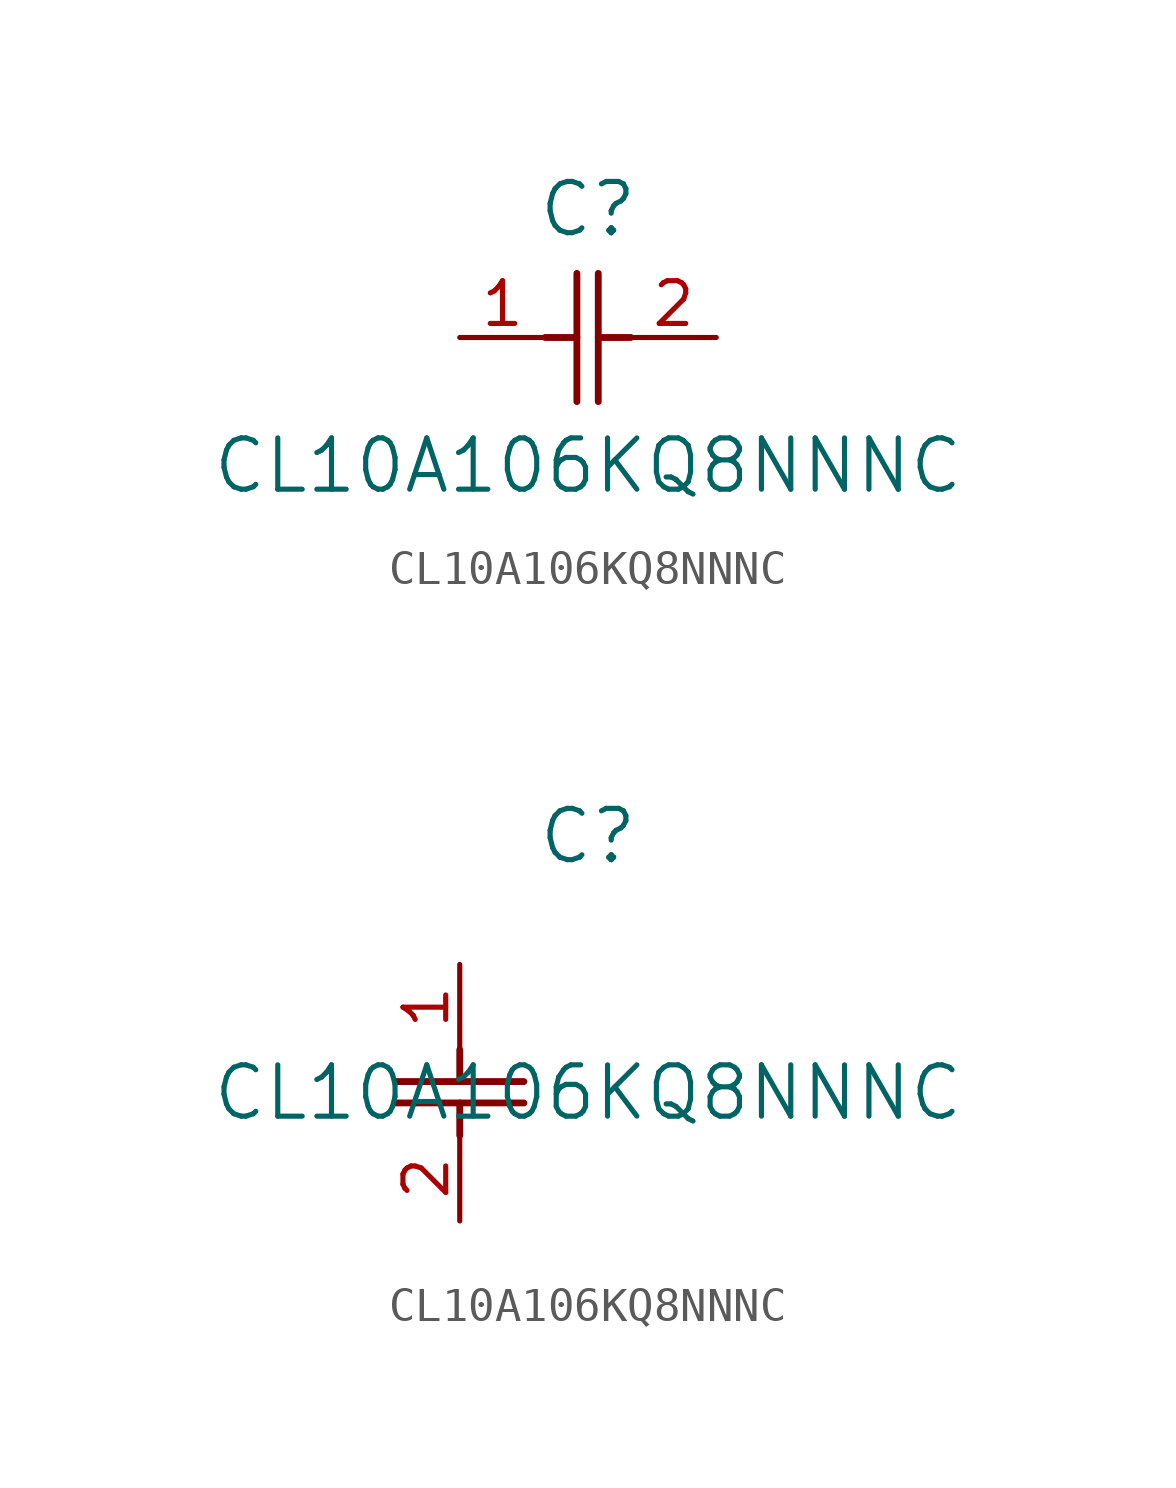
<source format=kicad_sym>
(kicad_symbol_lib
  (version 20211014)
  (generator kicad_symbol_editor)
  (symbol "CL10A106KQ8NNNC"
    (pin_names
      (offset 0.254))
    (property "Reference" "C"
      (at 3.81 3.81 0)
      (effects (font (size 1.524 1.524))))
    (property "Value" "CL10A106KQ8NNNC"
      (at 3.81 -3.81 0)
      (effects (font (size 1.524 1.524))))
    (symbol "CL10A106KQ8NNNC_1_1"
      (polyline (pts (xy 3.48 -1.905) (xy 3.48 1.905)) (stroke (width 0.203) (type default) (color 0 0 0 0)) (fill (type none)))
      (polyline (pts (xy 4.115 -1.905) (xy 4.115 1.905)) (stroke (width 0.203) (type default) (color 0 0 0 0)) (fill (type none)))
      (polyline (pts (xy 4.115 0) (xy 5.08 0)) (stroke (width 0.203) (type default) (color 0 0 0 0)) (fill (type none)))
      (polyline (pts (xy 2.54 0) (xy 3.48 0)) (stroke (width 0.203) (type default) (color 0 0 0 0)) (fill (type none)))
      (pin unspecified line (at 0 0 0) (length 2.54) (name "" (effects (font (size 1.27 1.27)))) (number "1" (effects (font (size 1.27 1.27)))))
      (pin unspecified line (at 7.62 0 180) (length 2.54) (name "" (effects (font (size 1.27 1.27)))) (number "2" (effects (font (size 1.27 1.27))))))
    (symbol "CL10A106KQ8NNNC_1_2"
      (polyline (pts (xy -1.905 -3.48) (xy 1.905 -3.48)) (stroke (width 0.203) (type default) (color 0 0 0 0)) (fill (type none)))
      (polyline (pts (xy -1.905 -4.115) (xy 1.905 -4.115)) (stroke (width 0.203) (type default) (color 0 0 0 0)) (fill (type none)))
      (polyline (pts (xy 0 -4.115) (xy 0 -5.08)) (stroke (width 0.203) (type default) (color 0 0 0 0)) (fill (type none)))
      (polyline (pts (xy 0 -2.54) (xy 0 -3.48)) (stroke (width 0.203) (type default) (color 0 0 0 0)) (fill (type none)))
      (pin unspecified line (at 0 0 270) (length 2.54) (name "" (effects (font (size 1.27 1.27)))) (number "1" (effects (font (size 1.27 1.27)))))
      (pin unspecified line (at 0 -7.62 90) (length 2.54) (name "" (effects (font (size 1.27 1.27)))) (number "2" (effects (font (size 1.27 1.27))))))))
</source>
